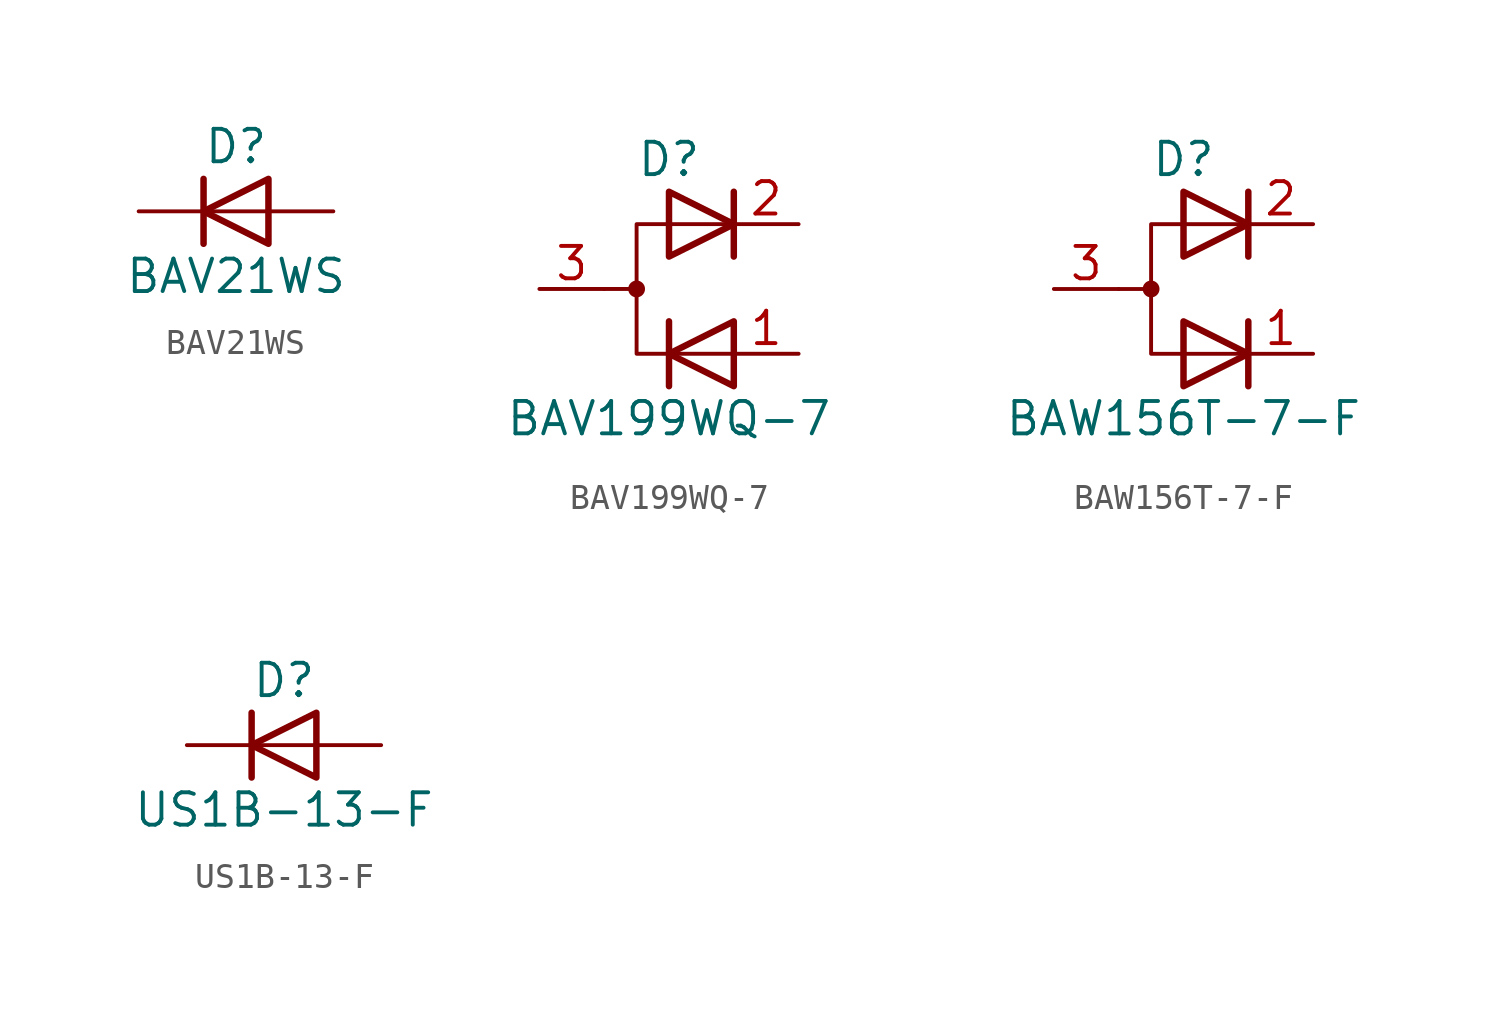
<source format=kicad_sym>
(kicad_symbol_lib
  (version 20241209)
  (generator "kicad_symbol_editor")
  (generator_version "9.0")
  (symbol "BAV21WS"
    (pin_numbers
      (hide yes))
    (pin_names
      (hide yes))
    (property "Reference" "D"
      (at 0 2.54 0)
      (effects (font (size 1.27 1.27))))
    (property "Value" "BAV21WS"
      (at 0 -2.54 0)
      (effects (font (size 1.27 1.27))))
    (symbol "BAV21WS_0_1"
      (polyline (pts (xy -1.27 1.27) (xy -1.27 -1.27)) (stroke (width 0.254) (type default)) (fill (type none)))
      (polyline (pts (xy 1.27 1.27) (xy 1.27 -1.27) (xy -1.27 0) (xy 1.27 1.27)) (stroke (width 0.254) (type default)) (fill (type none)))
      (polyline (pts (xy 1.27 0) (xy -1.27 0)) (stroke (width 0) (type default)) (fill (type none))))
    (symbol "BAV21WS_1_1"
      (pin passive line (at -3.81 0 0) (length 2.54) (name "K" (effects (font (size 1.27 1.27)))) (number "1" (effects (font (size 1.27 1.27)))))
      (pin passive line (at 3.81 0 180) (length 2.54) (name "A" (effects (font (size 1.27 1.27)))) (number "2" (effects (font (size 1.27 1.27)))))))
  (symbol "BAV199WQ-7"
    (pin_names
      (offset 0.762)
      (hide yes))
    (property "Reference" "D"
      (at 0 5.08 0)
      (effects (font (size 1.27 1.27))))
    (property "Value" "BAV199WQ-7"
      (at 0 -5.08 0)
      (effects (font (size 1.27 1.27))))
    (symbol "BAV199WQ-7_0_0"
      (polyline (pts (xy 0 -1.27) (xy 0 -3.81)) (stroke (width 0.254) (type default)) (fill (type none)))
      (polyline (pts (xy 2.54 3.81) (xy 2.54 1.27)) (stroke (width 0.254) (type default)) (fill (type none))))
    (symbol "BAV199WQ-7_0_1"
      (circle (center -1.27 0) (radius 0.254) (stroke (width 0) (type default)) (fill (type outline)))
      (polyline (pts (xy -1.27 0) (xy -2.54 0)) (stroke (width 0) (type default)) (fill (type none)))
      (polyline (pts (xy 0 3.81) (xy 2.54 2.54) (xy 0 1.27) (xy 0 3.81) (xy 0 3.81) (xy 0 3.81)) (stroke (width 0.254) (type default)) (fill (type none)))
      (polyline (pts (xy 2.54 2.54) (xy -1.27 2.54) (xy -1.27 -2.54) (xy 2.54 -2.54)) (stroke (width 0) (type default)) (fill (type none)))
      (polyline (pts (xy 2.54 -1.27) (xy 0 -2.54) (xy 2.54 -3.81) (xy 2.54 -1.27) (xy 2.54 -1.27) (xy 2.54 -1.27)) (stroke (width 0.254) (type default)) (fill (type none)))
      (pin passive line (at 5.08 -2.54 180) (length 2.54) (name "A" (effects (font (size 1.27 1.27)))) (number "1" (effects (font (size 1.27 1.27))))))
    (symbol "BAV199WQ-7_1_1"
      (pin passive line (at -5.08 0 0) (length 2.54) (name "common" (effects (font (size 1.27 1.27)))) (number "3" (effects (font (size 1.27 1.27)))))
      (pin passive line (at 5.08 2.54 180) (length 2.54) (name "K" (effects (font (size 1.27 1.27)))) (number "2" (effects (font (size 1.27 1.27)))))))
  (symbol "BAW156T-7-F"
    (pin_names
      (offset 0.762)
      (hide yes))
    (property "Reference" "D"
      (at 0 5.08 0)
      (effects (font (size 1.27 1.27))))
    (property "Value" "BAW156T-7-F"
      (at 0 -5.08 0)
      (effects (font (size 1.27 1.27))))
    (symbol "BAW156T-7-F_0_0"
      (polyline (pts (xy 2.54 3.81) (xy 2.54 1.27)) (stroke (width 0.254) (type default)) (fill (type none)))
      (polyline (pts (xy 2.54 -3.81) (xy 2.54 -1.27)) (stroke (width 0.254) (type default)) (fill (type none))))
    (symbol "BAW156T-7-F_0_1"
      (circle (center -1.27 0) (radius 0.254) (stroke (width 0) (type default)) (fill (type outline)))
      (polyline (pts (xy -1.27 0) (xy -2.54 0)) (stroke (width 0) (type default)) (fill (type none)))
      (polyline (pts (xy 0 3.81) (xy 2.54 2.54) (xy 0 1.27) (xy 0 3.81) (xy 0 3.81) (xy 0 3.81)) (stroke (width 0.254) (type default)) (fill (type none)))
      (polyline (pts (xy 0 -3.81) (xy 2.54 -2.54) (xy 0 -1.27) (xy 0 -3.81) (xy 0 -3.81) (xy 0 -3.81)) (stroke (width 0.254) (type default)) (fill (type none)))
      (polyline (pts (xy 2.54 2.54) (xy -1.27 2.54) (xy -1.27 -2.54) (xy 2.54 -2.54)) (stroke (width 0) (type default)) (fill (type none)))
      (pin passive line (at 5.08 -2.54 180) (length 2.54) (name "C" (effects (font (size 1.27 1.27)))) (number "1" (effects (font (size 1.27 1.27))))))
    (symbol "BAW156T-7-F_1_1"
      (pin passive line (at -5.08 0 0) (length 2.54) (name "common" (effects (font (size 1.27 1.27)))) (number "3" (effects (font (size 1.27 1.27)))))
      (pin passive line (at 5.08 2.54 180) (length 2.54) (name "K" (effects (font (size 1.27 1.27)))) (number "2" (effects (font (size 1.27 1.27)))))))
  (symbol "US1B-13-F"
    (pin_numbers
      (hide yes))
    (pin_names
      (hide yes))
    (property "Reference" "D"
      (at 0 2.54 0)
      (effects (font (size 1.27 1.27))))
    (property "Value" "US1B-13-F"
      (at 0 -2.54 0)
      (effects (font (size 1.27 1.27))))
    (symbol "US1B-13-F_0_1"
      (polyline (pts (xy -1.27 1.27) (xy -1.27 -1.27)) (stroke (width 0.254) (type default)) (fill (type none)))
      (polyline (pts (xy 1.27 1.27) (xy 1.27 -1.27) (xy -1.27 0) (xy 1.27 1.27)) (stroke (width 0.254) (type default)) (fill (type none)))
      (polyline (pts (xy 1.27 0) (xy -1.27 0)) (stroke (width 0) (type default)) (fill (type none))))
    (symbol "US1B-13-F_1_1"
      (pin passive line (at -3.81 0 0) (length 2.54) (name "K" (effects (font (size 1.27 1.27)))) (number "1" (effects (font (size 1.27 1.27)))))
      (pin passive line (at 3.81 0 180) (length 2.54) (name "A" (effects (font (size 1.27 1.27)))) (number "2" (effects (font (size 1.27 1.27))))))))
</source>
